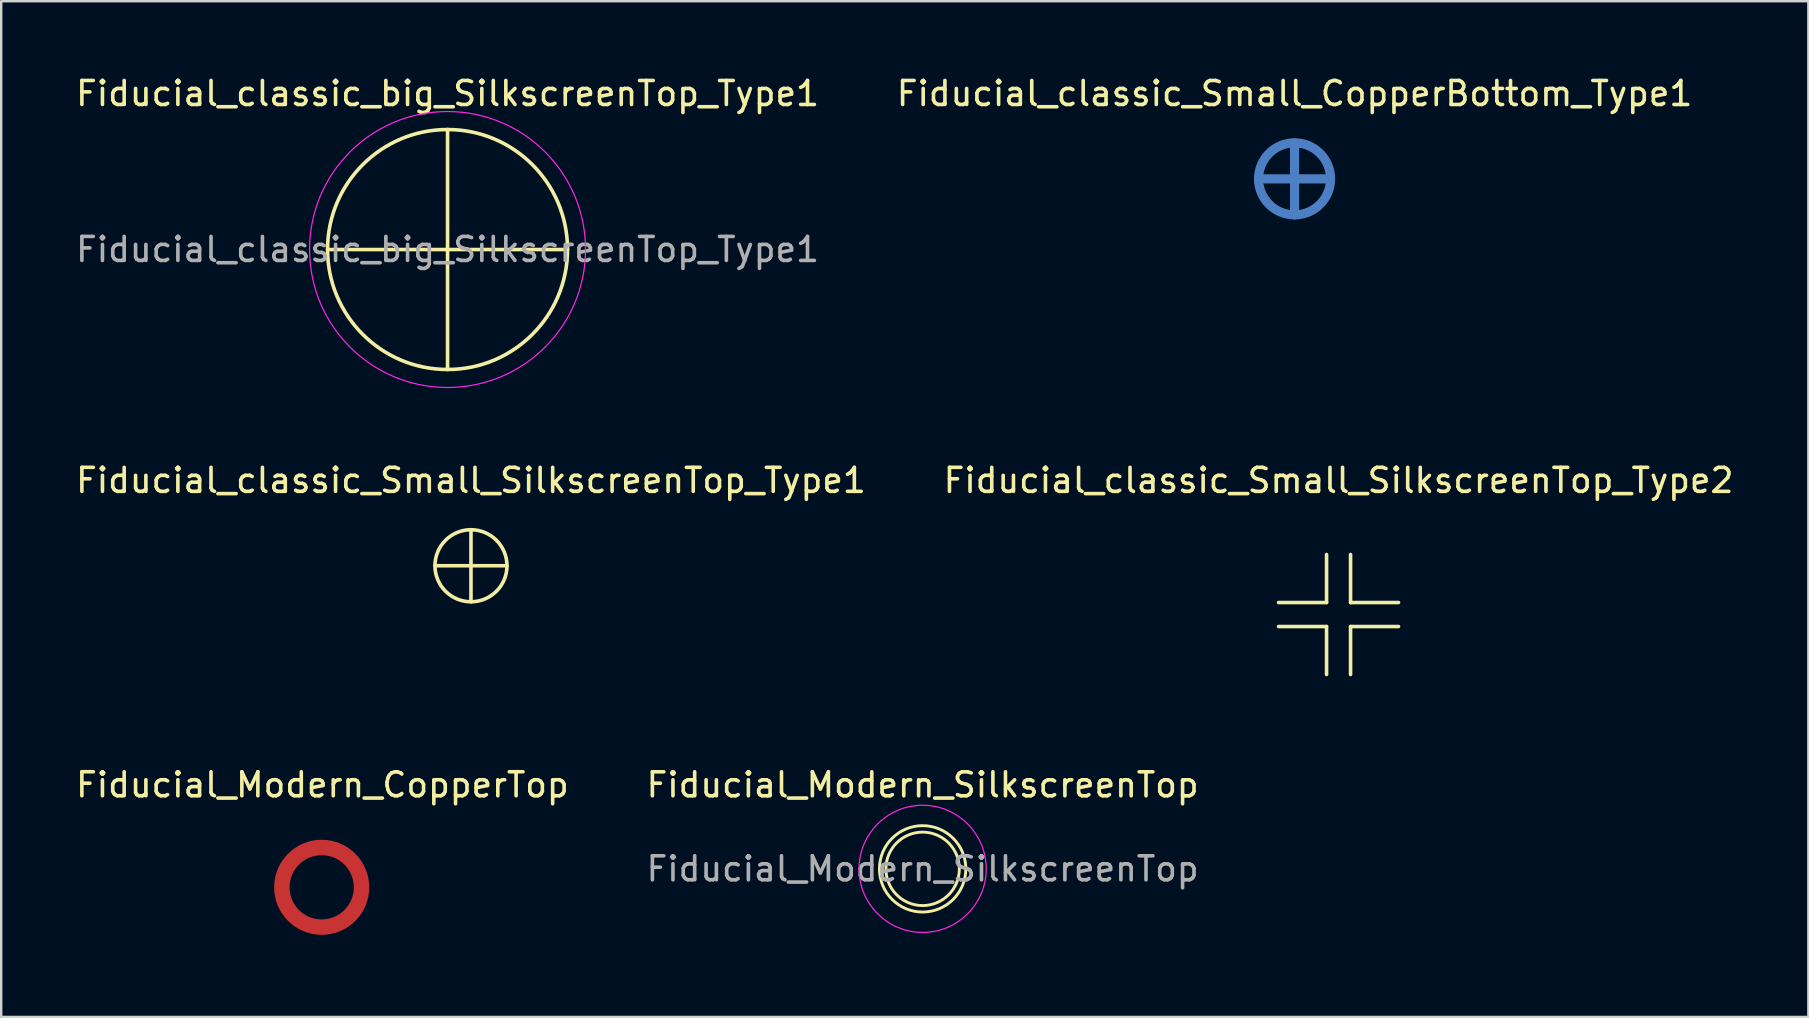
<source format=kicad_pcb>
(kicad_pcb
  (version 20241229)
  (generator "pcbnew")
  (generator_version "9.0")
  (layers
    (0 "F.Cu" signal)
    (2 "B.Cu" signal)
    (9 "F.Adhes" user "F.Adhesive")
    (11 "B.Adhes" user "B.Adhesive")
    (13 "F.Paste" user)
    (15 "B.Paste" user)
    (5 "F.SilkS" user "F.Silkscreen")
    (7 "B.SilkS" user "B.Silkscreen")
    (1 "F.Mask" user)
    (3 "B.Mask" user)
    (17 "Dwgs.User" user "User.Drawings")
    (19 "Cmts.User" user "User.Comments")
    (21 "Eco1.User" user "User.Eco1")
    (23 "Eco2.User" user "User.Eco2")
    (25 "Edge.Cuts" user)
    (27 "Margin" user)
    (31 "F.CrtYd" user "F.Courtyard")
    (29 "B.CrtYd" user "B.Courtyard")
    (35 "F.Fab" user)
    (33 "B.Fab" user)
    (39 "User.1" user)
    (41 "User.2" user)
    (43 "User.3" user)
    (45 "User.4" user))
  (footprint "Fiducial_classic_Small_SilkscreenTop_Type2"
    (layer "F.Cu")
    (at 52.732 22.559)
    (property "Reference" "Fiducial_classic_Small_SilkscreenTop_Type2" (at 0 -5.588 0) (layer "F.SilkS") (effects (font (size 1 1) (thickness 0.15))))
    (attr through_hole)
    (fp_line (start -0.5 -0.5) (end -2.499 -0.5) (stroke (width 0.15) (type solid)) (layer "F.SilkS"))
    (fp_line (start -0.5 -0.5) (end -0.5 -2.499) (stroke (width 0.15) (type solid)) (layer "F.SilkS"))
    (fp_line (start -0.5 0.5) (end -2.499 0.5) (stroke (width 0.15) (type solid)) (layer "F.SilkS"))
    (fp_line (start -0.5 0.5) (end -0.5 2.499) (stroke (width 0.15) (type solid)) (layer "F.SilkS"))
    (fp_line (start 0.5 -0.5) (end 0.5 -2.499) (stroke (width 0.15) (type solid)) (layer "F.SilkS"))
    (fp_line (start 0.5 -0.5) (end 2.499 -0.5) (stroke (width 0.15) (type solid)) (layer "F.SilkS"))
    (fp_line (start 0.5 0.5) (end 0.5 2.499) (stroke (width 0.15) (type solid)) (layer "F.SilkS"))
    (fp_line (start 0.5 0.5) (end 2.499 0.5) (stroke (width 0.15) (type solid)) (layer "F.SilkS"))
    (pad "" smd circle (at 0 0) (size 6.5 6.5) (layers "F.Mask")))
  (footprint "Fiducial_Modern_CopperTop"
    (layer "F.Cu")
    (at 10.356 33.927)
    (property "Reference" "Fiducial_Modern_CopperTop" (at 0.03 -4.27 0) (layer "F.SilkS") (effects (font (size 1 1) (thickness 0.15))))
    (attr through_hole)
    (fp_circle (center 0 0) (end 1.529 0) (stroke (width 0.381) (type solid)) (fill no) (layer "F.Cu"))
    (fp_circle (center 0 0) (end 1.791 0) (stroke (width 0.381) (type solid)) (fill no) (layer "F.Cu"))
    (pad "" smd circle (at 0 0) (size 4.801 4.801) (layers "F.Mask")))
  (footprint "Fiducial_Modern_SilkscreenTop"
    (layer "F.Cu")
    (at 35.399 33.158)
    (property "Reference" "Fiducial_Modern_SilkscreenTop" (at 0 -3.5 0) (layer "F.SilkS") (effects (font (size 1 1) (thickness 0.15))))
    (attr smd)
    (fp_circle (center 0 0) (end 1.53 0) (stroke (width 0.12) (type solid)) (fill no) (layer "F.SilkS"))
    (fp_circle (center 0 0) (end 1.8 0) (stroke (width 0.12) (type solid)) (fill no) (layer "F.SilkS"))
    (fp_circle (center 0 0) (end 2.65 0) (stroke (width 0.05) (type solid)) (fill no) (layer "F.CrtYd"))
    (fp_text user "${REFERENCE}" (at 0 0 0) (layer "F.Fab") (effects (font (size 1 1) (thickness 0.15))))
    (pad "" smd circle (at 0 0) (size 4.8 4.8) (layers "F.Mask")))
  (footprint "Fiducial_classic_Small_SilkscreenTop_Type1"
    (layer "F.Cu")
    (at 16.577 20.527)
    (property "Reference" "Fiducial_classic_Small_SilkscreenTop_Type1" (at 0 -3.556 0) (layer "F.SilkS") (effects (font (size 1 1) (thickness 0.15))))
    (attr through_hole)
    (fp_line (start -1.501 0) (end 1.501 0) (stroke (width 0.15) (type solid)) (layer "F.SilkS"))
    (fp_line (start 0 -1.501) (end 0 1.501) (stroke (width 0.15) (type solid)) (layer "F.SilkS"))
    (fp_circle (center 0 0) (end 1.501 0) (stroke (width 0.15) (type solid)) (fill no) (layer "F.SilkS"))
    (pad "" smd circle (at 0 0) (size 4.501 4.501) (layers "F.Mask")))
  (footprint "Fiducial_classic_big_SilkscreenTop_Type1"
    (layer "F.Cu")
    (at 15.601 7.348)
    (property "Reference" "Fiducial_classic_big_SilkscreenTop_Type1" (at 0 -6.5 0) (layer "F.SilkS") (effects (font (size 1 1) (thickness 0.15))))
    (attr smd)
    (fp_line (start -5 0) (end 5 0) (stroke (width 0.15) (type solid)) (layer "F.SilkS"))
    (fp_line (start 0 -5) (end 0 5) (stroke (width 0.15) (type solid)) (layer "F.SilkS"))
    (fp_circle (center 0 0) (end 5 0) (stroke (width 0.15) (type solid)) (fill no) (layer "F.SilkS"))
    (fp_circle (center 0 0) (end 5.75 0) (stroke (width 0.05) (type solid)) (fill no) (layer "F.CrtYd"))
    (fp_text user "${REFERENCE}" (at 0 0 0) (layer "F.Fab") (effects (font (size 1 1) (thickness 0.15))))
    (pad "" smd circle (at 0 0) (size 11 11) (layers "F.Mask")))
  (footprint "Fiducial_classic_Small_CopperBottom_Type1"
    (layer "F.Cu")
    (at 50.899 4.404)
    (property "Reference" "Fiducial_classic_Small_CopperBottom_Type1" (at 0 -3.556 0) (layer "F.SilkS") (effects (font (size 1 1) (thickness 0.15))))
    (attr through_hole)
    (fp_line (start -1.501 0) (end 1.501 0) (stroke (width 0.381) (type solid)) (layer "B.Cu"))
    (fp_line (start 0 -1.501) (end 0 1.501) (stroke (width 0.381) (type solid)) (layer "B.Cu"))
    (fp_circle (center 0 0) (end 1.501 0) (stroke (width 0.381) (type solid)) (fill no) (layer "B.Cu"))
    (pad "" smd circle (at 0 0) (size 4.501 4.501) (layers "B.Mask")))
  (gr_rect
    (start -3 -3)
    (end 72.31 39.328)
    (stroke (width 0.1) (type default))
    (fill no)
    (layer "Edge.Cuts")))
</source>
